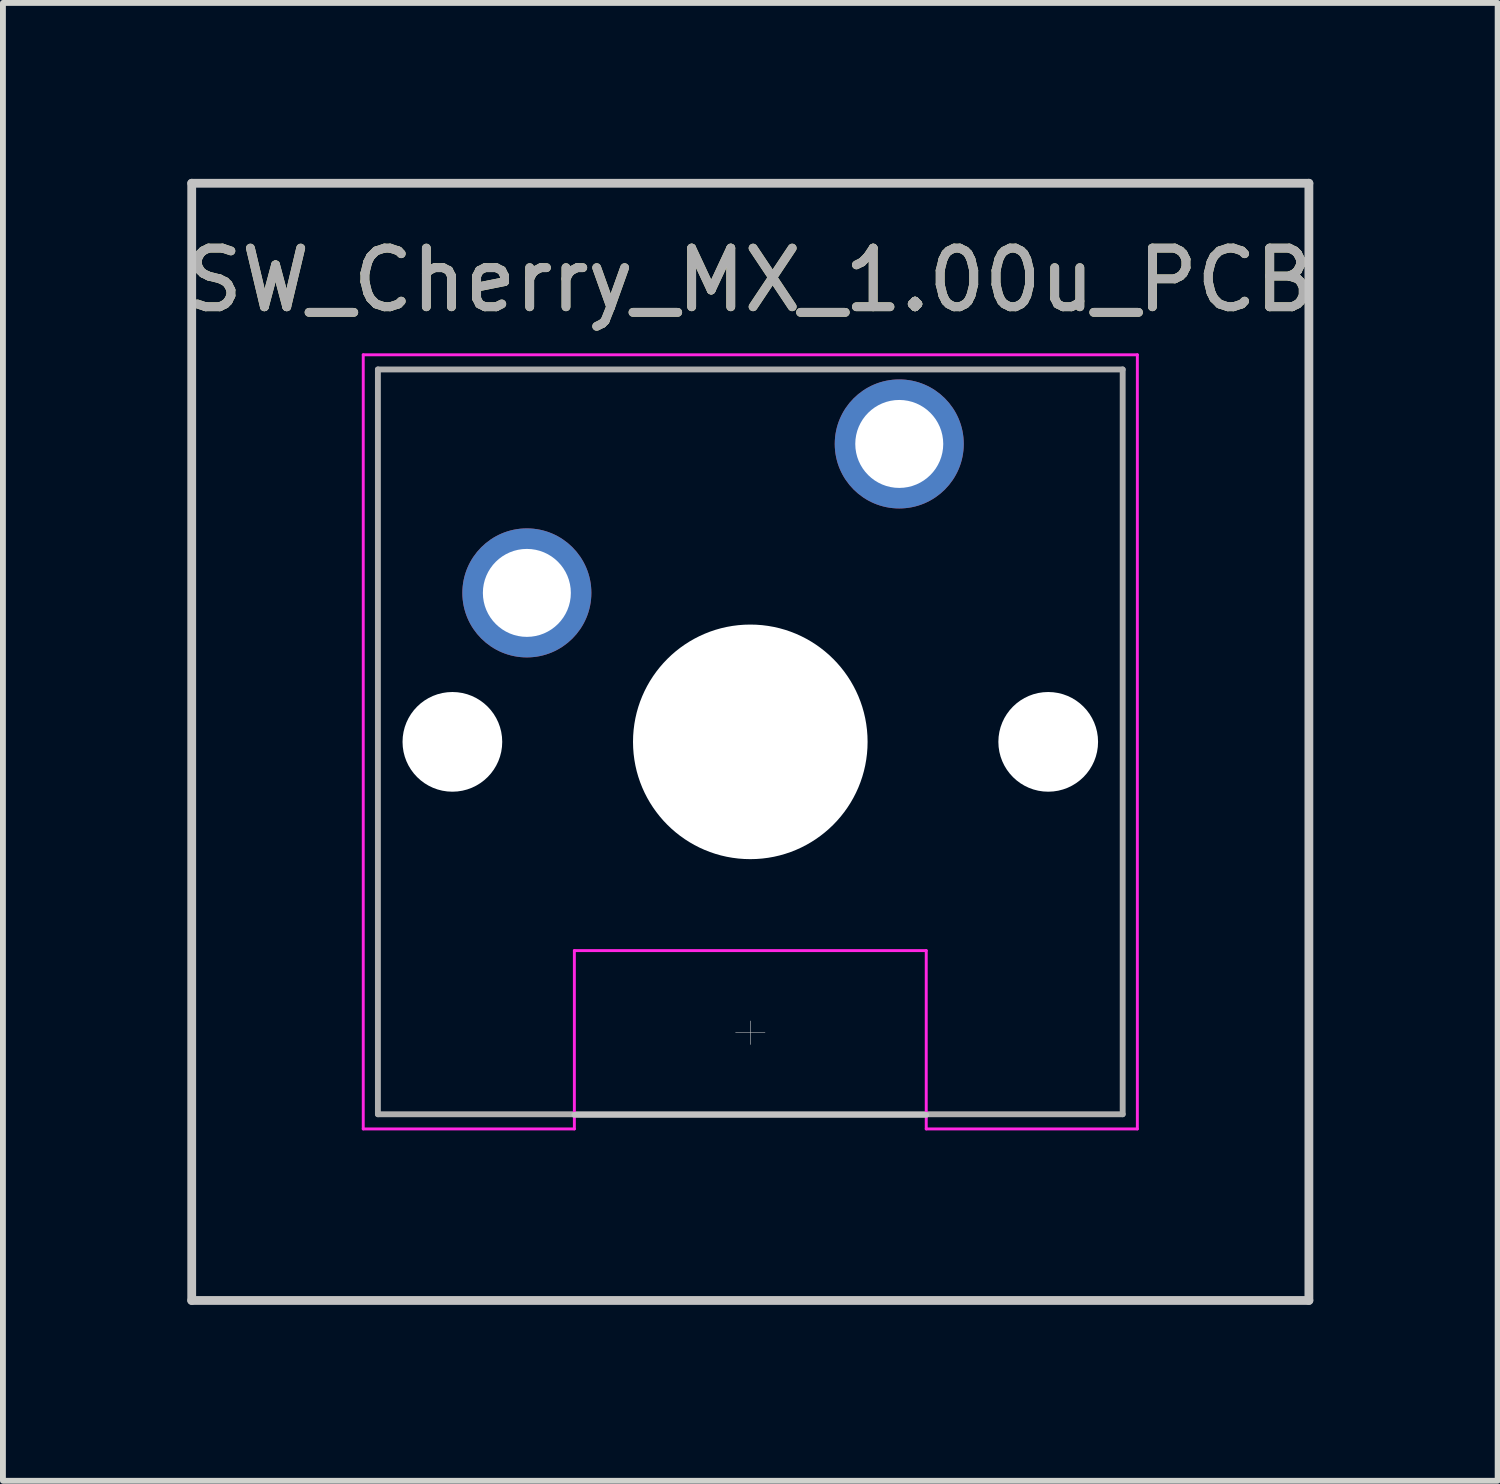
<source format=kicad_pcb>
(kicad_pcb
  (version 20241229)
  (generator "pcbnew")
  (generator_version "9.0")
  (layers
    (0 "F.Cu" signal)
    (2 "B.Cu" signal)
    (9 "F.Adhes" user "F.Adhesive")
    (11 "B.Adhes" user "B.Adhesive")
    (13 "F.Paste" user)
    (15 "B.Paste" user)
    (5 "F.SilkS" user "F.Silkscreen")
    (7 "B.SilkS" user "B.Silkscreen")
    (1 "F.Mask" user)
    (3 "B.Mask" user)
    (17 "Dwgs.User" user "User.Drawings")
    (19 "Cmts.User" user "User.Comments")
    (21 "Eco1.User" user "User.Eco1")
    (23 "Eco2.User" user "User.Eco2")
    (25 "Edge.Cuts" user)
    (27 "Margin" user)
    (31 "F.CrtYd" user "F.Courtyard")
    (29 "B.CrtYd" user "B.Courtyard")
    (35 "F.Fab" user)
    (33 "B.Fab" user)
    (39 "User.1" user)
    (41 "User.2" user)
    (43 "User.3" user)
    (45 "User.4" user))
  (footprint "SW_Cherry_MX_1.00u_PCB"
    (layer "F.Cu")
    (at 12.284 4.52)
    (property "Reference" "SW_Cherry_MX_1.00u_PCB" (at -2.54 -2.794 0) (layer "F.SilkS") (effects (font (size 1 1) (thickness 0.15))))
    (attr through_hole)
    (fp_line (start -12.065 -4.445) (end 6.985 -4.445) (stroke (width 0.15) (type solid)) (layer "Dwgs.User"))
    (fp_line (start -12.065 14.605) (end -12.065 -4.445) (stroke (width 0.15) (type solid)) (layer "Dwgs.User"))
    (fp_line (start -2.79 10.04) (end -2.29 10.04) (stroke (width 0.01) (type solid)) (layer "Dwgs.User"))
    (fp_line (start -2.54 10.24) (end -2.54 9.84) (stroke (width 0.01) (type solid)) (layer "Dwgs.User"))
    (fp_line (start 0.46 11.44) (end -5.54 11.44) (stroke (width 0.1) (type solid)) (layer "Dwgs.User"))
    (fp_line (start 6.985 -4.445) (end 6.985 14.605) (stroke (width 0.15) (type solid)) (layer "Dwgs.User"))
    (fp_line (start 6.985 14.605) (end -12.065 14.605) (stroke (width 0.15) (type solid)) (layer "Dwgs.User"))
    (fp_line (start -9.14 -1.52) (end 4.06 -1.52) (stroke (width 0.05) (type solid)) (layer "F.CrtYd"))
    (fp_line (start -9.14 11.68) (end -9.14 -1.52) (stroke (width 0.05) (type solid)) (layer "F.CrtYd"))
    (fp_line (start -5.54 8.64) (end -5.54 11.68) (stroke (width 0.05) (type solid)) (layer "F.CrtYd"))
    (fp_line (start -5.54 8.64) (end 0.46 8.64) (stroke (width 0.05) (type solid)) (layer "F.CrtYd"))
    (fp_line (start -5.54 11.68) (end -9.14 11.68) (stroke (width 0.05) (type solid)) (layer "F.CrtYd"))
    (fp_line (start 0.46 8.64) (end 0.46 11.68) (stroke (width 0.05) (type solid)) (layer "F.CrtYd"))
    (fp_line (start 4.06 -1.52) (end 4.06 11.68) (stroke (width 0.05) (type solid)) (layer "F.CrtYd"))
    (fp_line (start 4.06 11.68) (end 0.46 11.68) (stroke (width 0.05) (type solid)) (layer "F.CrtYd"))
    (fp_line (start -8.89 -1.27) (end 3.81 -1.27) (stroke (width 0.1) (type solid)) (layer "F.Fab"))
    (fp_line (start -8.89 11.43) (end -8.89 -1.27) (stroke (width 0.1) (type solid)) (layer "F.Fab"))
    (fp_line (start 3.81 -1.27) (end 3.81 11.43) (stroke (width 0.1) (type solid)) (layer "F.Fab"))
    (fp_line (start 3.81 11.43) (end -8.89 11.43) (stroke (width 0.1) (type solid)) (layer "F.Fab"))
    (fp_text user "${REFERENCE}" (at -2.54 -2.794 0) (layer "F.Fab") (effects (font (size 1 1) (thickness 0.15))))
    (pad "" np_thru_hole circle (at -7.62 5.08) (size 1.7 1.7) (drill 1.7) (layers "*.Cu" "*.Mask"))
    (pad "" np_thru_hole circle (at -2.54 5.08) (size 4 4) (drill 4) (layers "*.Cu" "*.Mask"))
    (pad "" np_thru_hole circle (at 2.54 5.08) (size 1.7 1.7) (drill 1.7) (layers "*.Cu" "*.Mask"))
    (pad "1" thru_hole circle (at 0 0) (size 2.2 2.2) (drill 1.5) (layers "*.Cu" "*.Mask"))
    (pad "2" thru_hole circle (at -6.35 2.54) (size 2.2 2.2) (drill 1.5) (layers "*.Cu" "*.Mask")))
  (gr_rect
    (start -3 -3)
    (end 22.488 22.2)
    (stroke (width 0.1) (type default))
    (fill no)
    (layer "Edge.Cuts")))
</source>
